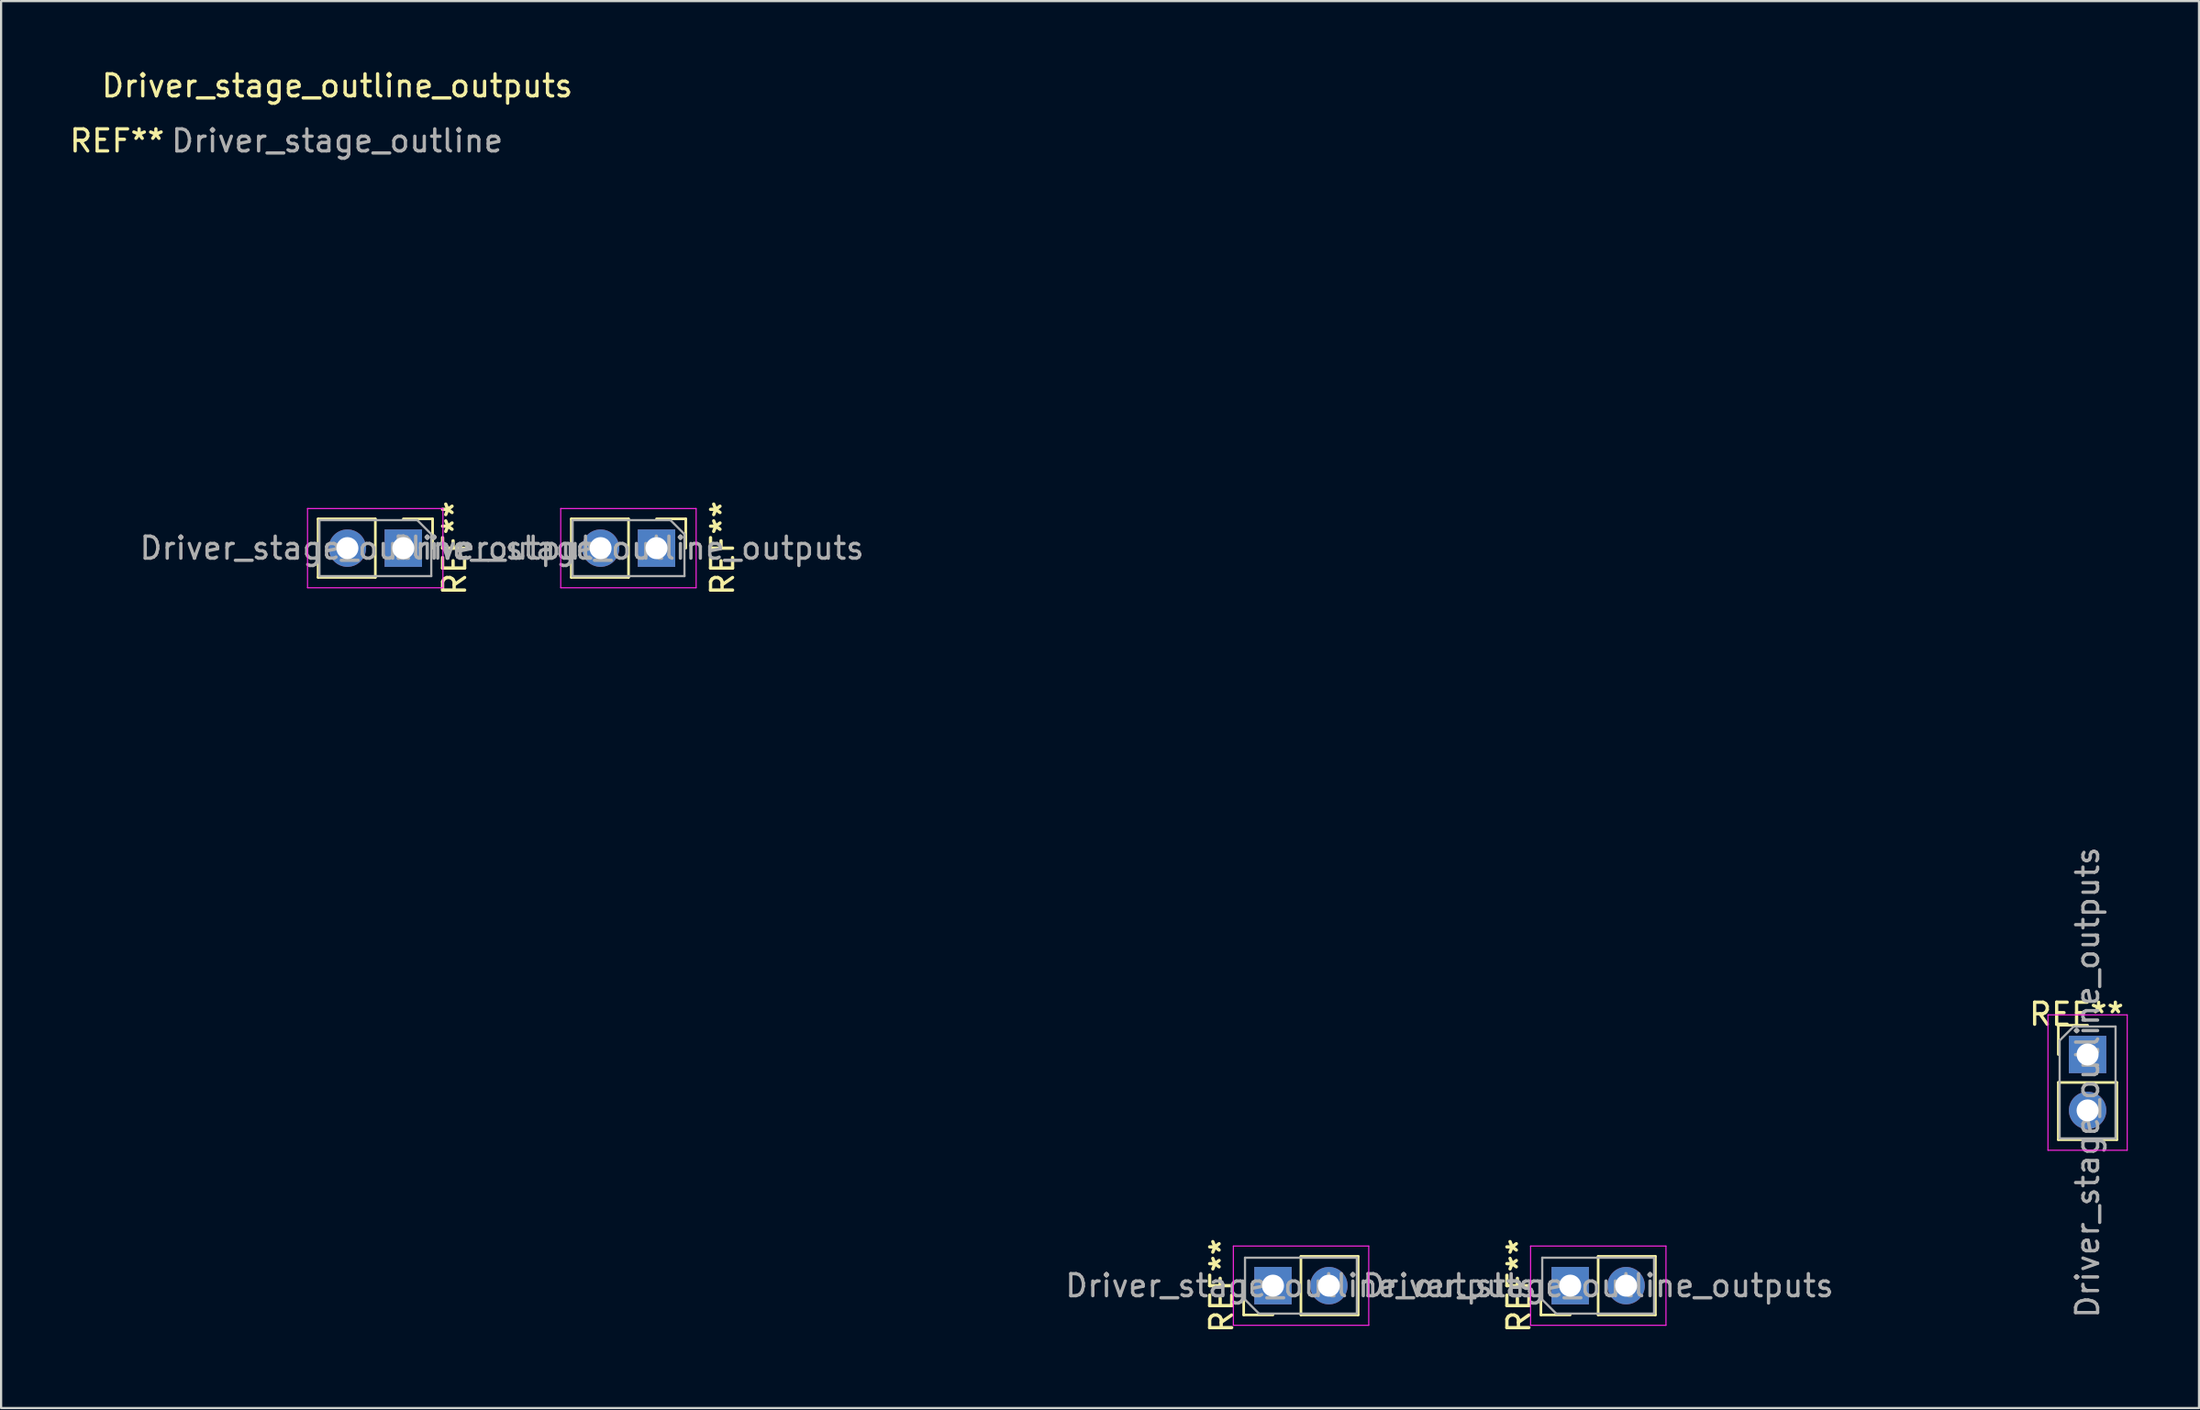
<source format=kicad_pcb>
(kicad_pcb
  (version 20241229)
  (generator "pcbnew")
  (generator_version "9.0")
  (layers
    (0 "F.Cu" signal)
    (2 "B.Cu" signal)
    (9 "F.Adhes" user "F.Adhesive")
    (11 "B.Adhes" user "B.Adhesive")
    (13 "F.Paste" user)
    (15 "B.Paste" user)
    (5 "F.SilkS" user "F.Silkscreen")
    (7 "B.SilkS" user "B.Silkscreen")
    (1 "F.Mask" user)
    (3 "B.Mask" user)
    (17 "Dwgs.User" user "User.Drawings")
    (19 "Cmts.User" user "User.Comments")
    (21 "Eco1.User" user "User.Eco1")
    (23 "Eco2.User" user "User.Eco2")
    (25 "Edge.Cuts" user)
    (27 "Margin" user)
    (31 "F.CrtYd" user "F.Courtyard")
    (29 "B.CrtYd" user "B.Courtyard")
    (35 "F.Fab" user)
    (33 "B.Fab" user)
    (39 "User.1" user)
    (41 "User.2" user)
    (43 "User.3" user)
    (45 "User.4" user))
  (footprint "Driver_stage_outline_outputs"
    (layer "F.Cu")
    (at 3.768 5.848)
    (property "Reference" "Driver_stage_outline_outputs" (at 8.5 -5 180) (layer "F.SilkS") (effects (font (size 1 1) (thickness 0.15))))
    (attr through_hole)
    (fp_line (start 7.63 14.67) (end 7.63 17.33) (stroke (width 0.12) (type solid)) (layer "F.SilkS"))
    (fp_line (start 10.23 14.67) (end 7.63 14.67) (stroke (width 0.12) (type solid)) (layer "F.SilkS"))
    (fp_line (start 10.23 14.67) (end 10.23 17.33) (stroke (width 0.12) (type solid)) (layer "F.SilkS"))
    (fp_line (start 10.23 17.33) (end 7.63 17.33) (stroke (width 0.12) (type solid)) (layer "F.SilkS"))
    (fp_line (start 11.5 14.67) (end 12.83 14.67) (stroke (width 0.12) (type solid)) (layer "F.SilkS"))
    (fp_line (start 12.83 14.67) (end 12.83 16) (stroke (width 0.12) (type solid)) (layer "F.SilkS"))
    (fp_line (start 19.13 14.67) (end 19.13 17.33) (stroke (width 0.12) (type solid)) (layer "F.SilkS"))
    (fp_line (start 21.73 14.67) (end 19.13 14.67) (stroke (width 0.12) (type solid)) (layer "F.SilkS"))
    (fp_line (start 21.73 14.67) (end 21.73 17.33) (stroke (width 0.12) (type solid)) (layer "F.SilkS"))
    (fp_line (start 21.73 17.33) (end 19.13 17.33) (stroke (width 0.12) (type solid)) (layer "F.SilkS"))
    (fp_line (start 23 14.67) (end 24.33 14.67) (stroke (width 0.12) (type solid)) (layer "F.SilkS"))
    (fp_line (start 24.33 14.67) (end 24.33 16) (stroke (width 0.12) (type solid)) (layer "F.SilkS"))
    (fp_line (start 49.67 50.83) (end 49.67 49.5) (stroke (width 0.12) (type solid)) (layer "F.SilkS"))
    (fp_line (start 51 50.83) (end 49.67 50.83) (stroke (width 0.12) (type solid)) (layer "F.SilkS"))
    (fp_line (start 52.27 48.17) (end 54.87 48.17) (stroke (width 0.12) (type solid)) (layer "F.SilkS"))
    (fp_line (start 52.27 50.83) (end 52.27 48.17) (stroke (width 0.12) (type solid)) (layer "F.SilkS"))
    (fp_line (start 52.27 50.83) (end 54.87 50.83) (stroke (width 0.12) (type solid)) (layer "F.SilkS"))
    (fp_line (start 54.87 50.83) (end 54.87 48.17) (stroke (width 0.12) (type solid)) (layer "F.SilkS"))
    (fp_line (start 63.17 50.83) (end 63.17 49.5) (stroke (width 0.12) (type solid)) (layer "F.SilkS"))
    (fp_line (start 64.5 50.83) (end 63.17 50.83) (stroke (width 0.12) (type solid)) (layer "F.SilkS"))
    (fp_line (start 65.77 48.17) (end 68.37 48.17) (stroke (width 0.12) (type solid)) (layer "F.SilkS"))
    (fp_line (start 65.77 50.83) (end 65.77 48.17) (stroke (width 0.12) (type solid)) (layer "F.SilkS"))
    (fp_line (start 65.77 50.83) (end 68.37 50.83) (stroke (width 0.12) (type solid)) (layer "F.SilkS"))
    (fp_line (start 68.37 50.83) (end 68.37 48.17) (stroke (width 0.12) (type solid)) (layer "F.SilkS"))
    (fp_line (start 86.67 37.67) (end 88 37.67) (stroke (width 0.12) (type solid)) (layer "F.SilkS"))
    (fp_line (start 86.67 39) (end 86.67 37.67) (stroke (width 0.12) (type solid)) (layer "F.SilkS"))
    (fp_line (start 86.67 40.27) (end 86.67 42.87) (stroke (width 0.12) (type solid)) (layer "F.SilkS"))
    (fp_line (start 86.67 40.27) (end 89.33 40.27) (stroke (width 0.12) (type solid)) (layer "F.SilkS"))
    (fp_line (start 86.67 42.87) (end 89.33 42.87) (stroke (width 0.12) (type solid)) (layer "F.SilkS"))
    (fp_line (start 89.33 40.27) (end 89.33 42.87) (stroke (width 0.12) (type solid)) (layer "F.SilkS"))
    (fp_line (start 0 0) (end 0 10) (stroke (width 0.12) (type solid)) (layer "Eco2.User"))
    (fp_line (start 0 0) (end 11 0) (stroke (width 0.12) (type solid)) (layer "Eco2.User"))
    (fp_line (start 0 12) (end 0 42) (stroke (width 0.12) (type solid)) (layer "Eco2.User"))
    (fp_line (start 0 12) (end 25.5 12) (stroke (width 0.12) (type solid)) (layer "Eco2.User"))
    (fp_line (start 0 42) (end 46 42) (stroke (width 0.12) (type solid)) (layer "Eco2.User"))
    (fp_line (start 25.5 12) (end 25.5 17) (stroke (width 0.12) (type solid)) (layer "Eco2.User"))
    (fp_line (start 25.5 17) (end 68 17) (stroke (width 0.12) (type solid)) (layer "Eco2.User"))
    (fp_line (start 46 42) (end 46 52) (stroke (width 0.12) (type solid)) (layer "Eco2.User"))
    (fp_line (start 46 52) (end 70 52) (stroke (width 0.12) (type solid)) (layer "Eco2.User"))
    (fp_line (start 68 36) (end 68 17) (stroke (width 0.12) (type solid)) (layer "Eco2.User"))
    (fp_line (start 70 45) (end 90 45) (stroke (width 0.12) (type solid)) (layer "Eco2.User"))
    (fp_line (start 70 52) (end 70 45) (stroke (width 0.12) (type solid)) (layer "Eco2.User"))
    (fp_line (start 90 36) (end 68 36) (stroke (width 0.12) (type solid)) (layer "Eco2.User"))
    (fp_line (start 90 45) (end 90 36) (stroke (width 0.12) (type solid)) (layer "Eco2.User"))
    (fp_line (start 7.15 14.2) (end 7.15 17.8) (stroke (width 0.05) (type solid)) (layer "F.CrtYd"))
    (fp_line (start 7.15 17.8) (end 13.3 17.8) (stroke (width 0.05) (type solid)) (layer "F.CrtYd"))
    (fp_line (start 13.3 14.2) (end 7.15 14.2) (stroke (width 0.05) (type solid)) (layer "F.CrtYd"))
    (fp_line (start 13.3 17.8) (end 13.3 14.2) (stroke (width 0.05) (type solid)) (layer "F.CrtYd"))
    (fp_line (start 18.65 14.2) (end 18.65 17.8) (stroke (width 0.05) (type solid)) (layer "F.CrtYd"))
    (fp_line (start 18.65 17.8) (end 24.8 17.8) (stroke (width 0.05) (type solid)) (layer "F.CrtYd"))
    (fp_line (start 24.8 14.2) (end 18.65 14.2) (stroke (width 0.05) (type solid)) (layer "F.CrtYd"))
    (fp_line (start 24.8 17.8) (end 24.8 14.2) (stroke (width 0.05) (type solid)) (layer "F.CrtYd"))
    (fp_line (start 49.2 47.7) (end 49.2 51.3) (stroke (width 0.05) (type solid)) (layer "F.CrtYd"))
    (fp_line (start 49.2 51.3) (end 55.35 51.3) (stroke (width 0.05) (type solid)) (layer "F.CrtYd"))
    (fp_line (start 55.35 47.7) (end 49.2 47.7) (stroke (width 0.05) (type solid)) (layer "F.CrtYd"))
    (fp_line (start 55.35 51.3) (end 55.35 47.7) (stroke (width 0.05) (type solid)) (layer "F.CrtYd"))
    (fp_line (start 62.7 47.7) (end 62.7 51.3) (stroke (width 0.05) (type solid)) (layer "F.CrtYd"))
    (fp_line (start 62.7 51.3) (end 68.85 51.3) (stroke (width 0.05) (type solid)) (layer "F.CrtYd"))
    (fp_line (start 68.85 47.7) (end 62.7 47.7) (stroke (width 0.05) (type solid)) (layer "F.CrtYd"))
    (fp_line (start 68.85 51.3) (end 68.85 47.7) (stroke (width 0.05) (type solid)) (layer "F.CrtYd"))
    (fp_line (start 86.2 37.2) (end 86.2 43.35) (stroke (width 0.05) (type solid)) (layer "F.CrtYd"))
    (fp_line (start 86.2 43.35) (end 89.8 43.35) (stroke (width 0.05) (type solid)) (layer "F.CrtYd"))
    (fp_line (start 89.8 37.2) (end 86.2 37.2) (stroke (width 0.05) (type solid)) (layer "F.CrtYd"))
    (fp_line (start 89.8 43.35) (end 89.8 37.2) (stroke (width 0.05) (type solid)) (layer "F.CrtYd"))
    (fp_line (start 7.69 14.73) (end 12.135 14.73) (stroke (width 0.1) (type solid)) (layer "F.Fab"))
    (fp_line (start 7.69 17.27) (end 7.69 14.73) (stroke (width 0.1) (type solid)) (layer "F.Fab"))
    (fp_line (start 12.135 14.73) (end 12.77 15.365) (stroke (width 0.1) (type solid)) (layer "F.Fab"))
    (fp_line (start 12.77 15.365) (end 12.77 17.27) (stroke (width 0.1) (type solid)) (layer "F.Fab"))
    (fp_line (start 12.77 17.27) (end 7.69 17.27) (stroke (width 0.1) (type solid)) (layer "F.Fab"))
    (fp_line (start 19.19 14.73) (end 23.635 14.73) (stroke (width 0.1) (type solid)) (layer "F.Fab"))
    (fp_line (start 19.19 17.27) (end 19.19 14.73) (stroke (width 0.1) (type solid)) (layer "F.Fab"))
    (fp_line (start 23.635 14.73) (end 24.27 15.365) (stroke (width 0.1) (type solid)) (layer "F.Fab"))
    (fp_line (start 24.27 15.365) (end 24.27 17.27) (stroke (width 0.1) (type solid)) (layer "F.Fab"))
    (fp_line (start 24.27 17.27) (end 19.19 17.27) (stroke (width 0.1) (type solid)) (layer "F.Fab"))
    (fp_line (start 49.73 48.23) (end 54.81 48.23) (stroke (width 0.1) (type solid)) (layer "F.Fab"))
    (fp_line (start 49.73 50.135) (end 49.73 48.23) (stroke (width 0.1) (type solid)) (layer "F.Fab"))
    (fp_line (start 50.365 50.77) (end 49.73 50.135) (stroke (width 0.1) (type solid)) (layer "F.Fab"))
    (fp_line (start 54.81 48.23) (end 54.81 50.77) (stroke (width 0.1) (type solid)) (layer "F.Fab"))
    (fp_line (start 54.81 50.77) (end 50.365 50.77) (stroke (width 0.1) (type solid)) (layer "F.Fab"))
    (fp_line (start 63.23 48.23) (end 68.31 48.23) (stroke (width 0.1) (type solid)) (layer "F.Fab"))
    (fp_line (start 63.23 50.135) (end 63.23 48.23) (stroke (width 0.1) (type solid)) (layer "F.Fab"))
    (fp_line (start 63.865 50.77) (end 63.23 50.135) (stroke (width 0.1) (type solid)) (layer "F.Fab"))
    (fp_line (start 68.31 48.23) (end 68.31 50.77) (stroke (width 0.1) (type solid)) (layer "F.Fab"))
    (fp_line (start 68.31 50.77) (end 63.865 50.77) (stroke (width 0.1) (type solid)) (layer "F.Fab"))
    (fp_line (start 86.73 38.365) (end 87.365 37.73) (stroke (width 0.1) (type solid)) (layer "F.Fab"))
    (fp_line (start 86.73 42.81) (end 86.73 38.365) (stroke (width 0.1) (type solid)) (layer "F.Fab"))
    (fp_line (start 87.365 37.73) (end 89.27 37.73) (stroke (width 0.1) (type solid)) (layer "F.Fab"))
    (fp_line (start 89.27 37.73) (end 89.27 42.81) (stroke (width 0.1) (type solid)) (layer "F.Fab"))
    (fp_line (start 89.27 42.81) (end 86.73 42.81) (stroke (width 0.1) (type solid)) (layer "F.Fab"))
    (fp_text user "REF**" (at 62.17 49.5 90) (layer "F.SilkS") (effects (font (size 1 1) (thickness 0.15))))
    (fp_text user "REF**" (at 48.67 49.5 90) (layer "F.SilkS") (effects (font (size 1 1) (thickness 0.15))))
    (fp_text user "REF**" (at 87.5 37.17 0) (layer "F.SilkS") (effects (font (size 1 1) (thickness 0.15))))
    (fp_text user "REF**" (at 13.83 16 270) (layer "F.SilkS") (effects (font (size 1 1) (thickness 0.15))))
    (fp_text user "REF**" (at 26 16 270) (layer "F.SilkS") (effects (font (size 1 1) (thickness 0.15))))
    (fp_text user "REF**" (at -1.5 -2.5 180) (layer "F.SilkS") (effects (font (size 1 1) (thickness 0.15))))
    (fp_text user "${REFERENCE}" (at 10.23 16 0) (layer "F.Fab") (effects (font (size 1 1) (thickness 0.15))))
    (fp_text user "${REFERENCE}" (at 52.27 49.5 180) (layer "F.Fab") (effects (font (size 1 1) (thickness 0.15))))
    (fp_text user "${REFERENCE}" (at 21.73 16 0) (layer "F.Fab") (effects (font (size 1 1) (thickness 0.15))))
    (fp_text user "${REFERENCE}" (at 65.77 49.5 180) (layer "F.Fab") (effects (font (size 1 1) (thickness 0.15))))
    (fp_text user "Driver_stage_outline" (at 8.5 -2.5 180) (layer "F.Fab") (effects (font (size 1 1) (thickness 0.15))))
    (fp_text user "${REFERENCE}" (at 88 40.27 90) (layer "F.Fab") (effects (font (size 1 1) (thickness 0.15))))
    (pad "19" thru_hole oval (at 67.04 49.5 90) (size 1.7 1.7) (drill 1) (layers "*.Cu" "*.Mask"))
    (pad "20" thru_hole rect (at 64.5 49.5 90) (size 1.7 1.7) (drill 1) (layers "*.Cu" "*.Mask"))
    (pad "21" thru_hole oval (at 53.54 49.5 90) (size 1.7 1.7) (drill 1) (layers "*.Cu" "*.Mask"))
    (pad "22" thru_hole rect (at 51 49.5 90) (size 1.7 1.7) (drill 1) (layers "*.Cu" "*.Mask"))
    (pad "23" thru_hole oval (at 8.96 16 270) (size 1.7 1.7) (drill 1) (layers "*.Cu" "*.Mask"))
    (pad "24" thru_hole rect (at 11.5 16 270) (size 1.7 1.7) (drill 1) (layers "*.Cu" "*.Mask"))
    (pad "25" thru_hole oval (at 20.46 16 270) (size 1.7 1.7) (drill 1) (layers "*.Cu" "*.Mask"))
    (pad "26" thru_hole rect (at 23 16 270) (size 1.7 1.7) (drill 1) (layers "*.Cu" "*.Mask"))
    (pad "27" thru_hole oval (at 88 41.54) (size 1.7 1.7) (drill 1) (layers "*.Cu" "*.Mask"))
    (pad "28" thru_hole rect (at 88 39) (size 1.7 1.7) (drill 1) (layers "*.Cu" "*.Mask")))
  (gr_rect
    (start -3 -3)
    (end 96.828 60.908)
    (stroke (width 0.1) (type default))
    (fill no)
    (layer "Edge.Cuts")))
</source>
